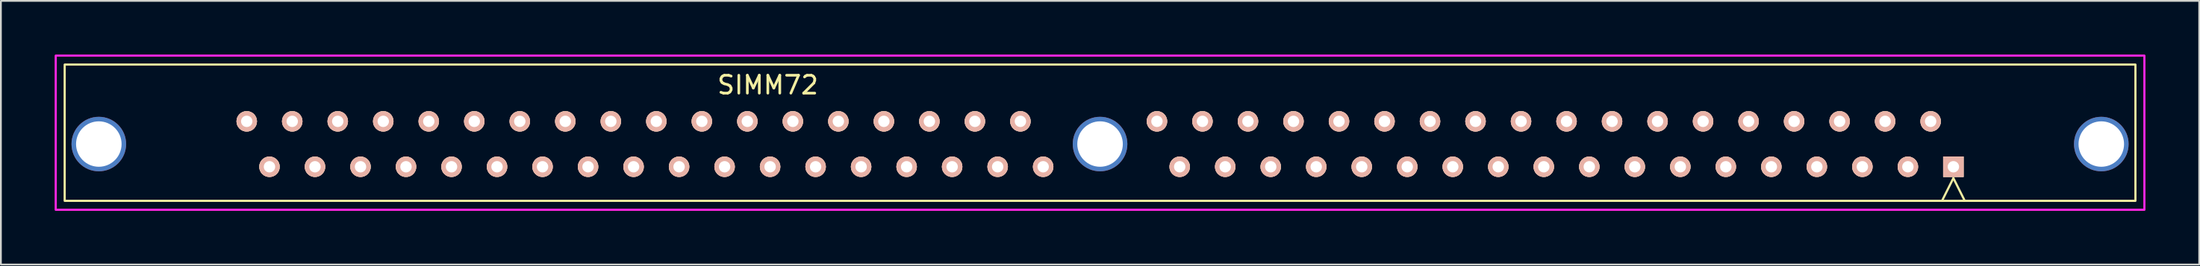
<source format=kicad_pcb>
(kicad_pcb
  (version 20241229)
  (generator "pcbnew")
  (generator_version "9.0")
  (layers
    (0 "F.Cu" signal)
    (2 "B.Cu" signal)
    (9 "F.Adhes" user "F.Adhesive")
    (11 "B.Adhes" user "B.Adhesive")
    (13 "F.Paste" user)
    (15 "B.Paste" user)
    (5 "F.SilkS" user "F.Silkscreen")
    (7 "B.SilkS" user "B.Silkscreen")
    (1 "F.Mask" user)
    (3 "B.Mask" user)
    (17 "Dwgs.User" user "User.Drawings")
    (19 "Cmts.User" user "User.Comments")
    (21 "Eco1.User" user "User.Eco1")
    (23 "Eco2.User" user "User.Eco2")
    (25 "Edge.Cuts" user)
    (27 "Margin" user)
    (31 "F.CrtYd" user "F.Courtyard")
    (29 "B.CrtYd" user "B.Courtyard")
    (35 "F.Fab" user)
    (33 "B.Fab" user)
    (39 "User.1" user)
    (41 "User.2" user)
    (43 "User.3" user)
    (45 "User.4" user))
  (footprint "SIMM72"
    (layer "F.Cu")
    (at 58.345 5.005)
    (property "Reference" "SIMM72" (at -18.542 -3.302 0) (layer "F.SilkS") (effects (font (size 1 1) (thickness 0.15))))
    (attr through_hole)
    (fp_line (start 46.99 3.175) (end 47.625 1.905) (stroke (width 0.12) (type solid)) (layer "F.SilkS"))
    (fp_line (start 47.625 1.905) (end 48.26 3.175) (stroke (width 0.12) (type solid)) (layer "F.SilkS"))
    (fp_rect (start -57.785 -4.445) (end 57.785 3.175) (stroke (width 0.12) (type default)) (fill no) (layer "F.SilkS"))
    (fp_rect (start -58.285 -4.945) (end 58.285 3.675) (stroke (width 0.12) (type default)) (fill no) (layer "F.CrtYd"))
    (pad "" thru_hole circle (at -55.88 0) (size 3.048 3.048) (drill 2.54) (layers "*.Cu" "*.Mask"))
    (pad "" thru_hole circle (at 0 0) (size 3.048 3.048) (drill 2.54) (layers "*.Cu" "*.Mask"))
    (pad "" thru_hole circle (at 55.88 0) (size 3.048 3.048) (drill 2.54) (layers "*.Cu" "*.Mask"))
    (pad "1" thru_hole rect (at 47.625 1.27) (size 1.143 1.143) (drill 0.635) (layers "*.Cu" "*.SilkS" "*.Mask"))
    (pad "2" thru_hole circle (at 46.355 -1.27) (size 1.143 1.143) (drill 0.635) (layers "*.Cu" "*.SilkS" "*.Mask"))
    (pad "3" thru_hole circle (at 45.085 1.27) (size 1.143 1.143) (drill 0.635) (layers "*.Cu" "*.SilkS" "*.Mask"))
    (pad "4" thru_hole circle (at 43.815 -1.27) (size 1.143 1.143) (drill 0.635) (layers "*.Cu" "*.SilkS" "*.Mask"))
    (pad "5" thru_hole circle (at 42.545 1.27) (size 1.143 1.143) (drill 0.635) (layers "*.Cu" "*.SilkS" "*.Mask"))
    (pad "6" thru_hole circle (at 41.275 -1.27) (size 1.143 1.143) (drill 0.635) (layers "*.Cu" "*.SilkS" "*.Mask"))
    (pad "7" thru_hole circle (at 40.005 1.27) (size 1.143 1.143) (drill 0.635) (layers "*.Cu" "*.SilkS" "*.Mask"))
    (pad "8" thru_hole circle (at 38.735 -1.27) (size 1.143 1.143) (drill 0.635) (layers "*.Cu" "*.SilkS" "*.Mask"))
    (pad "9" thru_hole circle (at 37.465 1.27) (size 1.143 1.143) (drill 0.635) (layers "*.Cu" "*.SilkS" "*.Mask"))
    (pad "10" thru_hole circle (at 36.195 -1.27) (size 1.143 1.143) (drill 0.635) (layers "*.Cu" "*.SilkS" "*.Mask"))
    (pad "11" thru_hole circle (at 34.925 1.27) (size 1.143 1.143) (drill 0.635) (layers "*.Cu" "*.SilkS" "*.Mask"))
    (pad "12" thru_hole circle (at 33.655 -1.27) (size 1.143 1.143) (drill 0.635) (layers "*.Cu" "*.SilkS" "*.Mask"))
    (pad "13" thru_hole circle (at 32.385 1.27) (size 1.143 1.143) (drill 0.635) (layers "*.Cu" "*.SilkS" "*.Mask"))
    (pad "14" thru_hole circle (at 31.115 -1.27) (size 1.143 1.143) (drill 0.635) (layers "*.Cu" "*.SilkS" "*.Mask"))
    (pad "15" thru_hole circle (at 29.845 1.27) (size 1.143 1.143) (drill 0.635) (layers "*.Cu" "*.SilkS" "*.Mask"))
    (pad "16" thru_hole circle (at 28.575 -1.27) (size 1.143 1.143) (drill 0.635) (layers "*.Cu" "*.SilkS" "*.Mask"))
    (pad "17" thru_hole circle (at 27.305 1.27) (size 1.143 1.143) (drill 0.635) (layers "*.Cu" "*.SilkS" "*.Mask"))
    (pad "18" thru_hole circle (at 26.035 -1.27) (size 1.143 1.143) (drill 0.635) (layers "*.Cu" "*.SilkS" "*.Mask"))
    (pad "19" thru_hole circle (at 24.765 1.27) (size 1.143 1.143) (drill 0.635) (layers "*.Cu" "*.SilkS" "*.Mask"))
    (pad "20" thru_hole circle (at 23.495 -1.27) (size 1.143 1.143) (drill 0.635) (layers "*.Cu" "*.SilkS" "*.Mask"))
    (pad "21" thru_hole circle (at 22.225 1.27) (size 1.143 1.143) (drill 0.635) (layers "*.Cu" "*.SilkS" "*.Mask"))
    (pad "22" thru_hole circle (at 20.955 -1.27) (size 1.143 1.143) (drill 0.635) (layers "*.Cu" "*.SilkS" "*.Mask"))
    (pad "23" thru_hole circle (at 19.685 1.27) (size 1.143 1.143) (drill 0.635) (layers "*.Cu" "*.SilkS" "*.Mask"))
    (pad "24" thru_hole circle (at 18.415 -1.27) (size 1.143 1.143) (drill 0.635) (layers "*.Cu" "*.SilkS" "*.Mask"))
    (pad "25" thru_hole circle (at 17.145 1.27) (size 1.143 1.143) (drill 0.635) (layers "*.Cu" "*.SilkS" "*.Mask"))
    (pad "26" thru_hole circle (at 15.875 -1.27) (size 1.143 1.143) (drill 0.635) (layers "*.Cu" "*.SilkS" "*.Mask"))
    (pad "27" thru_hole circle (at 14.605 1.27) (size 1.143 1.143) (drill 0.635) (layers "*.Cu" "*.SilkS" "*.Mask"))
    (pad "28" thru_hole circle (at 13.335 -1.27) (size 1.143 1.143) (drill 0.635) (layers "*.Cu" "*.SilkS" "*.Mask"))
    (pad "29" thru_hole circle (at 12.065 1.27) (size 1.143 1.143) (drill 0.635) (layers "*.Cu" "*.SilkS" "*.Mask"))
    (pad "30" thru_hole circle (at 10.795 -1.27) (size 1.143 1.143) (drill 0.635) (layers "*.Cu" "*.SilkS" "*.Mask"))
    (pad "31" thru_hole circle (at 9.525 1.27) (size 1.143 1.143) (drill 0.635) (layers "*.Cu" "*.SilkS" "*.Mask"))
    (pad "32" thru_hole circle (at 8.255 -1.27) (size 1.143 1.143) (drill 0.635) (layers "*.Cu" "*.SilkS" "*.Mask"))
    (pad "33" thru_hole circle (at 6.985 1.27) (size 1.143 1.143) (drill 0.635) (layers "*.Cu" "*.SilkS" "*.Mask"))
    (pad "34" thru_hole circle (at 5.715 -1.27) (size 1.143 1.143) (drill 0.635) (layers "*.Cu" "*.SilkS" "*.Mask"))
    (pad "35" thru_hole circle (at 4.445 1.27) (size 1.143 1.143) (drill 0.635) (layers "*.Cu" "*.SilkS" "*.Mask"))
    (pad "36" thru_hole circle (at 3.175 -1.27) (size 1.143 1.143) (drill 0.635) (layers "*.Cu" "*.SilkS" "*.Mask"))
    (pad "37" thru_hole circle (at -3.175 1.27) (size 1.143 1.143) (drill 0.635) (layers "*.Cu" "*.SilkS" "*.Mask"))
    (pad "38" thru_hole circle (at -4.445 -1.27) (size 1.143 1.143) (drill 0.635) (layers "*.Cu" "*.SilkS" "*.Mask"))
    (pad "39" thru_hole circle (at -5.715 1.27) (size 1.143 1.143) (drill 0.635) (layers "*.Cu" "*.SilkS" "*.Mask"))
    (pad "40" thru_hole circle (at -6.985 -1.27) (size 1.143 1.143) (drill 0.635) (layers "*.Cu" "*.SilkS" "*.Mask"))
    (pad "41" thru_hole circle (at -8.255 1.27) (size 1.143 1.143) (drill 0.635) (layers "*.Cu" "*.SilkS" "*.Mask"))
    (pad "42" thru_hole circle (at -9.525 -1.27) (size 1.143 1.143) (drill 0.635) (layers "*.Cu" "*.SilkS" "*.Mask"))
    (pad "43" thru_hole circle (at -10.795 1.27) (size 1.143 1.143) (drill 0.635) (layers "*.Cu" "*.SilkS" "*.Mask"))
    (pad "44" thru_hole circle (at -12.065 -1.27) (size 1.143 1.143) (drill 0.635) (layers "*.Cu" "*.SilkS" "*.Mask"))
    (pad "45" thru_hole circle (at -13.335 1.27) (size 1.143 1.143) (drill 0.635) (layers "*.Cu" "*.SilkS" "*.Mask"))
    (pad "46" thru_hole circle (at -14.605 -1.27) (size 1.143 1.143) (drill 0.635) (layers "*.Cu" "*.SilkS" "*.Mask"))
    (pad "47" thru_hole circle (at -15.875 1.27) (size 1.143 1.143) (drill 0.635) (layers "*.Cu" "*.SilkS" "*.Mask"))
    (pad "48" thru_hole circle (at -17.145 -1.27) (size 1.143 1.143) (drill 0.635) (layers "*.Cu" "*.SilkS" "*.Mask"))
    (pad "49" thru_hole circle (at -18.415 1.27) (size 1.143 1.143) (drill 0.635) (layers "*.Cu" "*.SilkS" "*.Mask"))
    (pad "50" thru_hole circle (at -19.685 -1.27) (size 1.143 1.143) (drill 0.635) (layers "*.Cu" "*.SilkS" "*.Mask"))
    (pad "51" thru_hole circle (at -20.955 1.27) (size 1.143 1.143) (drill 0.635) (layers "*.Cu" "*.SilkS" "*.Mask"))
    (pad "52" thru_hole circle (at -22.225 -1.27) (size 1.143 1.143) (drill 0.635) (layers "*.Cu" "*.SilkS" "*.Mask"))
    (pad "53" thru_hole circle (at -23.495 1.27) (size 1.143 1.143) (drill 0.635) (layers "*.Cu" "*.SilkS" "*.Mask"))
    (pad "54" thru_hole circle (at -24.765 -1.27) (size 1.143 1.143) (drill 0.635) (layers "*.Cu" "*.SilkS" "*.Mask"))
    (pad "55" thru_hole circle (at -26.035 1.27) (size 1.143 1.143) (drill 0.635) (layers "*.Cu" "*.SilkS" "*.Mask"))
    (pad "56" thru_hole circle (at -27.305 -1.27) (size 1.143 1.143) (drill 0.635) (layers "*.Cu" "*.SilkS" "*.Mask"))
    (pad "57" thru_hole circle (at -28.575 1.27) (size 1.143 1.143) (drill 0.635) (layers "*.Cu" "*.SilkS" "*.Mask"))
    (pad "58" thru_hole circle (at -29.845 -1.27) (size 1.143 1.143) (drill 0.635) (layers "*.Cu" "*.SilkS" "*.Mask"))
    (pad "59" thru_hole circle (at -31.115 1.27) (size 1.143 1.143) (drill 0.635) (layers "*.Cu" "*.SilkS" "*.Mask"))
    (pad "60" thru_hole circle (at -32.385 -1.27) (size 1.143 1.143) (drill 0.635) (layers "*.Cu" "*.SilkS" "*.Mask"))
    (pad "61" thru_hole circle (at -33.655 1.27) (size 1.143 1.143) (drill 0.635) (layers "*.Cu" "*.SilkS" "*.Mask"))
    (pad "62" thru_hole circle (at -34.925 -1.27) (size 1.143 1.143) (drill 0.635) (layers "*.Cu" "*.SilkS" "*.Mask"))
    (pad "63" thru_hole circle (at -36.195 1.27) (size 1.143 1.143) (drill 0.635) (layers "*.Cu" "*.SilkS" "*.Mask"))
    (pad "64" thru_hole circle (at -37.465 -1.27) (size 1.143 1.143) (drill 0.635) (layers "*.Cu" "*.SilkS" "*.Mask"))
    (pad "65" thru_hole circle (at -38.735 1.27) (size 1.143 1.143) (drill 0.635) (layers "*.Cu" "*.SilkS" "*.Mask"))
    (pad "66" thru_hole circle (at -40.005 -1.27) (size 1.143 1.143) (drill 0.635) (layers "*.Cu" "*.SilkS" "*.Mask"))
    (pad "67" thru_hole circle (at -41.275 1.27) (size 1.143 1.143) (drill 0.635) (layers "*.Cu" "*.SilkS" "*.Mask"))
    (pad "68" thru_hole circle (at -42.545 -1.27) (size 1.143 1.143) (drill 0.635) (layers "*.Cu" "*.SilkS" "*.Mask"))
    (pad "69" thru_hole circle (at -43.815 1.27) (size 1.143 1.143) (drill 0.635) (layers "*.Cu" "*.SilkS" "*.Mask"))
    (pad "70" thru_hole circle (at -45.085 -1.27) (size 1.143 1.143) (drill 0.635) (layers "*.Cu" "*.SilkS" "*.Mask"))
    (pad "71" thru_hole circle (at -46.355 1.27) (size 1.143 1.143) (drill 0.635) (layers "*.Cu" "*.SilkS" "*.Mask"))
    (pad "72" thru_hole circle (at -47.625 -1.27) (size 1.143 1.143) (drill 0.635) (layers "*.Cu" "*.SilkS" "*.Mask")))
  (gr_rect
    (start -3 -3)
    (end 119.69 11.74)
    (stroke (width 0.1) (type default))
    (fill no)
    (layer "Edge.Cuts")))
</source>
